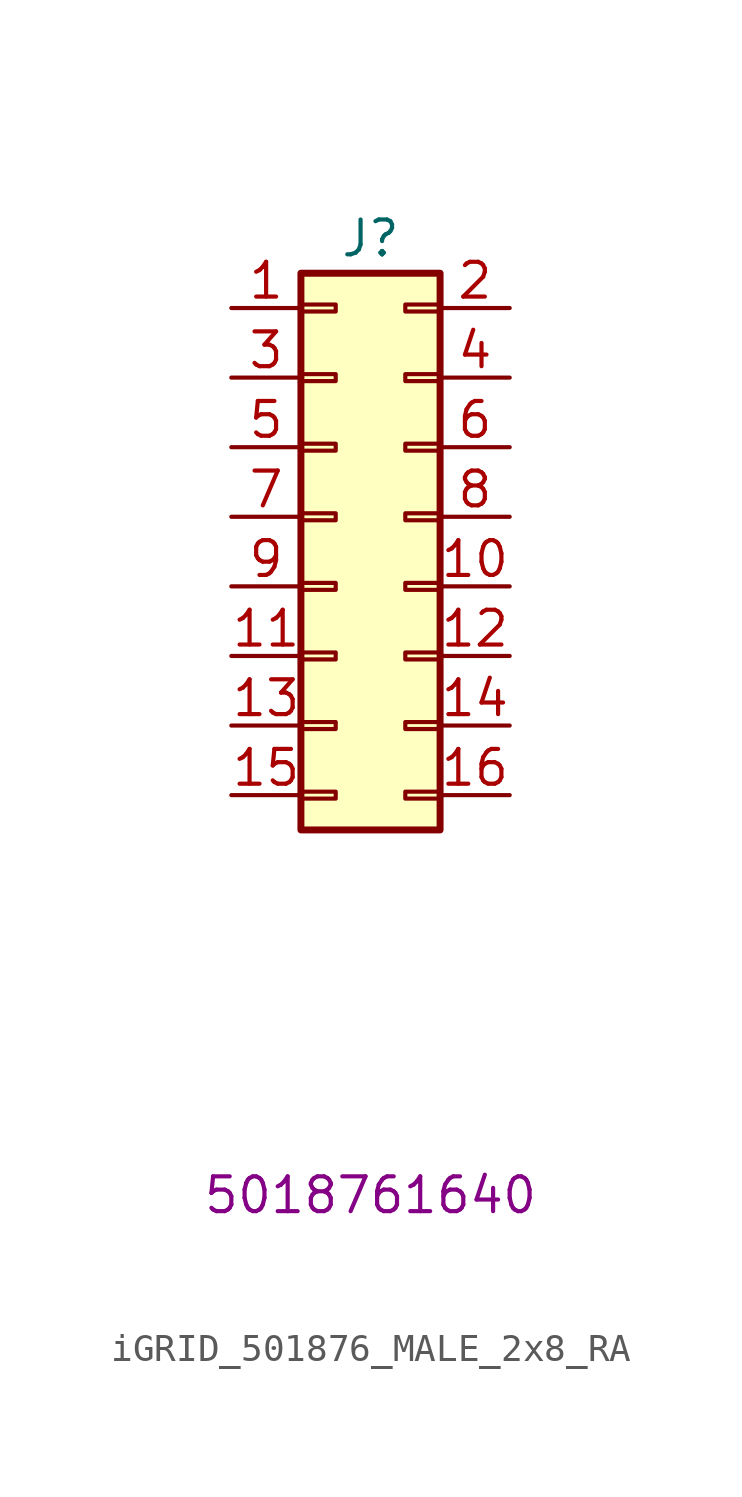
<source format=kicad_sym>
(kicad_symbol_lib
  (version 20211014)
  (generator kicad_symbol_editor)
  (symbol "iGRID_501876_MALE_2x8_RA"
    (pin_names
      (offset 0) hide)
    (property "Reference" "J"
      (at 0 10.16 0)
      (effects (font (size 1.27 1.27))))
    (property "Manufacturer Part Number" "5018761640"
      (at 0 -24.765 0)
      (effects (font (size 1.27 1.27))))
    (symbol "iGRID_501876_MALE_2x8_RA_1_1"
      (rectangle (start -2.54 -10.033) (end -1.27 -10.287) (stroke (width 0.152) (type default) (color 0 0 0 0)) (fill (type none)))
      (rectangle (start -2.54 -7.493) (end -1.27 -7.747) (stroke (width 0.152) (type default) (color 0 0 0 0)) (fill (type none)))
      (rectangle (start -2.54 -4.953) (end -1.27 -5.207) (stroke (width 0.152) (type default) (color 0 0 0 0)) (fill (type none)))
      (rectangle (start -2.54 -2.413) (end -1.27 -2.667) (stroke (width 0.152) (type default) (color 0 0 0 0)) (fill (type none)))
      (rectangle (start -2.54 0.127) (end -1.27 -0.127) (stroke (width 0.152) (type default) (color 0 0 0 0)) (fill (type none)))
      (rectangle (start -2.54 2.667) (end -1.27 2.413) (stroke (width 0.152) (type default) (color 0 0 0 0)) (fill (type none)))
      (rectangle (start -2.54 5.207) (end -1.27 4.953) (stroke (width 0.152) (type default) (color 0 0 0 0)) (fill (type none)))
      (rectangle (start -2.54 7.747) (end -1.27 7.493) (stroke (width 0.152) (type default) (color 0 0 0 0)) (fill (type none)))
      (rectangle (start -2.54 8.89) (end 2.54 -11.43) (stroke (width 0.254) (type default) (color 0 0 0 0)) (fill (type background)))
      (rectangle (start 2.54 -10.033) (end 1.27 -10.287) (stroke (width 0.152) (type default) (color 0 0 0 0)) (fill (type none)))
      (rectangle (start 2.54 -7.493) (end 1.27 -7.747) (stroke (width 0.152) (type default) (color 0 0 0 0)) (fill (type none)))
      (rectangle (start 2.54 -4.953) (end 1.27 -5.207) (stroke (width 0.152) (type default) (color 0 0 0 0)) (fill (type none)))
      (rectangle (start 2.54 -2.413) (end 1.27 -2.667) (stroke (width 0.152) (type default) (color 0 0 0 0)) (fill (type none)))
      (rectangle (start 2.54 0.127) (end 1.27 -0.127) (stroke (width 0.152) (type default) (color 0 0 0 0)) (fill (type none)))
      (rectangle (start 2.54 2.667) (end 1.27 2.413) (stroke (width 0.152) (type default) (color 0 0 0 0)) (fill (type none)))
      (rectangle (start 2.54 5.207) (end 1.27 4.953) (stroke (width 0.152) (type default) (color 0 0 0 0)) (fill (type none)))
      (rectangle (start 2.54 7.747) (end 1.27 7.493) (stroke (width 0.152) (type default) (color 0 0 0 0)) (fill (type none)))
      (pin passive line (at -5.08 7.62 0) (length 2.54) (name "Pin_1" (effects (font (size 1.27 1.27)))) (number "1" (effects (font (size 1.27 1.27)))))
      (pin passive line (at 5.08 -2.54 180) (length 2.54) (name "Pin_10" (effects (font (size 1.27 1.27)))) (number "10" (effects (font (size 1.27 1.27)))))
      (pin passive line (at -5.08 -5.08 0) (length 2.54) (name "Pin_11" (effects (font (size 1.27 1.27)))) (number "11" (effects (font (size 1.27 1.27)))))
      (pin passive line (at 5.08 -5.08 180) (length 2.54) (name "Pin_12" (effects (font (size 1.27 1.27)))) (number "12" (effects (font (size 1.27 1.27)))))
      (pin passive line (at -5.08 -7.62 0) (length 2.54) (name "Pin_13" (effects (font (size 1.27 1.27)))) (number "13" (effects (font (size 1.27 1.27)))))
      (pin passive line (at 5.08 -7.62 180) (length 2.54) (name "Pin_14" (effects (font (size 1.27 1.27)))) (number "14" (effects (font (size 1.27 1.27)))))
      (pin passive line (at -5.08 -10.16 0) (length 2.54) (name "Pin_15" (effects (font (size 1.27 1.27)))) (number "15" (effects (font (size 1.27 1.27)))))
      (pin passive line (at 5.08 -10.16 180) (length 2.54) (name "Pin_16" (effects (font (size 1.27 1.27)))) (number "16" (effects (font (size 1.27 1.27)))))
      (pin passive line (at 5.08 7.62 180) (length 2.54) (name "Pin_2" (effects (font (size 1.27 1.27)))) (number "2" (effects (font (size 1.27 1.27)))))
      (pin passive line (at -5.08 5.08 0) (length 2.54) (name "Pin_3" (effects (font (size 1.27 1.27)))) (number "3" (effects (font (size 1.27 1.27)))))
      (pin passive line (at 5.08 5.08 180) (length 2.54) (name "Pin_4" (effects (font (size 1.27 1.27)))) (number "4" (effects (font (size 1.27 1.27)))))
      (pin passive line (at -5.08 2.54 0) (length 2.54) (name "Pin_5" (effects (font (size 1.27 1.27)))) (number "5" (effects (font (size 1.27 1.27)))))
      (pin passive line (at 5.08 2.54 180) (length 2.54) (name "Pin_6" (effects (font (size 1.27 1.27)))) (number "6" (effects (font (size 1.27 1.27)))))
      (pin passive line (at -5.08 0 0) (length 2.54) (name "Pin_7" (effects (font (size 1.27 1.27)))) (number "7" (effects (font (size 1.27 1.27)))))
      (pin passive line (at 5.08 0 180) (length 2.54) (name "Pin_8" (effects (font (size 1.27 1.27)))) (number "8" (effects (font (size 1.27 1.27)))))
      (pin passive line (at -5.08 -2.54 0) (length 2.54) (name "Pin_9" (effects (font (size 1.27 1.27)))) (number "9" (effects (font (size 1.27 1.27))))))))
</source>
